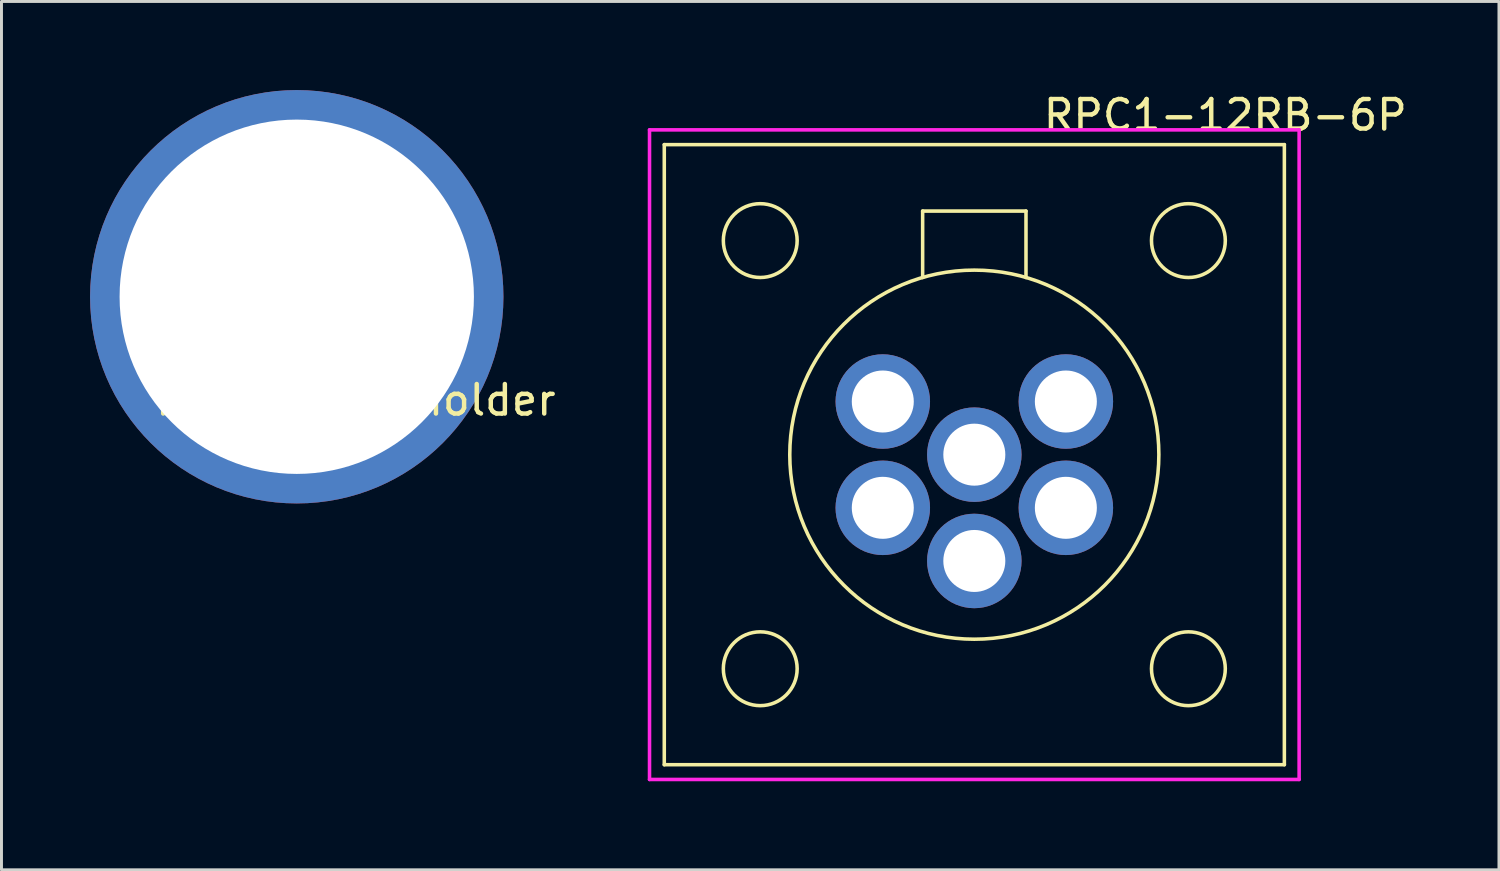
<source format=kicad_pcb>
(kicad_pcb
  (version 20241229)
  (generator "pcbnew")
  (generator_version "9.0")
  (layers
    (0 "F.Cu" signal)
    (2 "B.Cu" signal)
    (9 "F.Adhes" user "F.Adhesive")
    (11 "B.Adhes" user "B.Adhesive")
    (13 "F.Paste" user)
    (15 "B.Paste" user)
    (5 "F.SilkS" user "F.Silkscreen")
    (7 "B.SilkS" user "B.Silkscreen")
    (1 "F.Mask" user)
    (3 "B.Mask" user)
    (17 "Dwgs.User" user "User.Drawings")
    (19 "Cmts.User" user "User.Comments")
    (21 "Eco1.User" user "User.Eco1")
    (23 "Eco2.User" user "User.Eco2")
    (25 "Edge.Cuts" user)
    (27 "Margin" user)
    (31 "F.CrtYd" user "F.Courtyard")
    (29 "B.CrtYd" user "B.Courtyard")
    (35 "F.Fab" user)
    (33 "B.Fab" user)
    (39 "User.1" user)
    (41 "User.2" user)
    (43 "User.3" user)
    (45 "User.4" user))
  (footprint "handpiece-holder"
    (layer "F.Cu")
    (at 7 7)
    (property "Reference" "handpiece-holder" (at 2 3.5 0) (layer "F.SilkS") (effects (font (size 1 1) (thickness 0.15))))
    (attr through_hole)
    (pad "1" thru_hole circle (at 0 0) (size 14 14) (drill 12) (layers "*.Cu" "*.Mask")))
  (footprint "RPC1-12RB-6P"
    (layer "F.Cu")
    (at 29.947 12.348)
    (property "Reference" "RPC1-12RB-6P" (at 8.5 -11.5 0) (layer "F.SilkS") (effects (font (size 1 1) (thickness 0.15))))
    (attr through_hole)
    (fp_line (start -10.5 -10.5) (end -10.5 10.5) (stroke (width 0.12) (type solid)) (layer "F.SilkS"))
    (fp_line (start -10.5 10.5) (end 10.5 10.5) (stroke (width 0.12) (type solid)) (layer "F.SilkS"))
    (fp_line (start -1.75 -8.25) (end 1.75 -8.25) (stroke (width 0.12) (type solid)) (layer "F.SilkS"))
    (fp_line (start -1.75 -6) (end -1.75 -8.25) (stroke (width 0.12) (type solid)) (layer "F.SilkS"))
    (fp_line (start 1.75 -8.25) (end 1.75 -6) (stroke (width 0.12) (type solid)) (layer "F.SilkS"))
    (fp_line (start 10.5 -10.5) (end -10.5 -10.5) (stroke (width 0.12) (type solid)) (layer "F.SilkS"))
    (fp_line (start 10.5 10.5) (end 10.5 -10.5) (stroke (width 0.12) (type solid)) (layer "F.SilkS"))
    (fp_circle (center -7.25 -7.25) (end -6 -7.25) (stroke (width 0.12) (type solid)) (fill no) (layer "F.SilkS"))
    (fp_circle (center -7.25 7.25) (end -7.25 6) (stroke (width 0.12) (type solid)) (fill no) (layer "F.SilkS"))
    (fp_circle (center 0 0) (end 6.25 0) (stroke (width 0.12) (type solid)) (fill no) (layer "F.SilkS"))
    (fp_circle (center 7.25 -7.25) (end 7.25 -6) (stroke (width 0.12) (type solid)) (fill no) (layer "F.SilkS"))
    (fp_circle (center 7.25 7.25) (end 6 7.25) (stroke (width 0.12) (type solid)) (fill no) (layer "F.SilkS"))
    (fp_line (start -11 -11) (end 11 -11) (stroke (width 0.12) (type solid)) (layer "F.CrtYd"))
    (fp_line (start -11 11) (end -11 -11) (stroke (width 0.12) (type solid)) (layer "F.CrtYd"))
    (fp_line (start 11 -11) (end 11 11) (stroke (width 0.12) (type solid)) (layer "F.CrtYd"))
    (fp_line (start 11 11) (end -11 11) (stroke (width 0.12) (type solid)) (layer "F.CrtYd"))
    (pad "1" thru_hole circle (at -3.1 -1.8) (size 3.2 3.2) (drill 2.1) (layers "*.Cu" "*.Mask"))
    (pad "2" thru_hole circle (at -3.1 1.8) (size 3.2 3.2) (drill 2.1) (layers "*.Cu" "*.Mask"))
    (pad "3" thru_hole circle (at 0 3.6 180) (size 3.2 3.2) (drill 2.1) (layers "*.Cu" "*.Mask"))
    (pad "4" thru_hole circle (at 3.1 1.8 180) (size 3.2 3.2) (drill 2.1) (layers "*.Cu" "*.Mask"))
    (pad "5" thru_hole circle (at 3.1 -1.8 180) (size 3.2 3.2) (drill 2.1) (layers "*.Cu" "*.Mask"))
    (pad "6" thru_hole circle (at 0 0 180) (size 3.2 3.2) (drill 2.1) (layers "*.Cu" "*.Mask")))
  (gr_rect
    (start -3 -3)
    (end 47.715 26.408)
    (stroke (width 0.1) (type default))
    (fill no)
    (layer "Edge.Cuts")))
</source>
